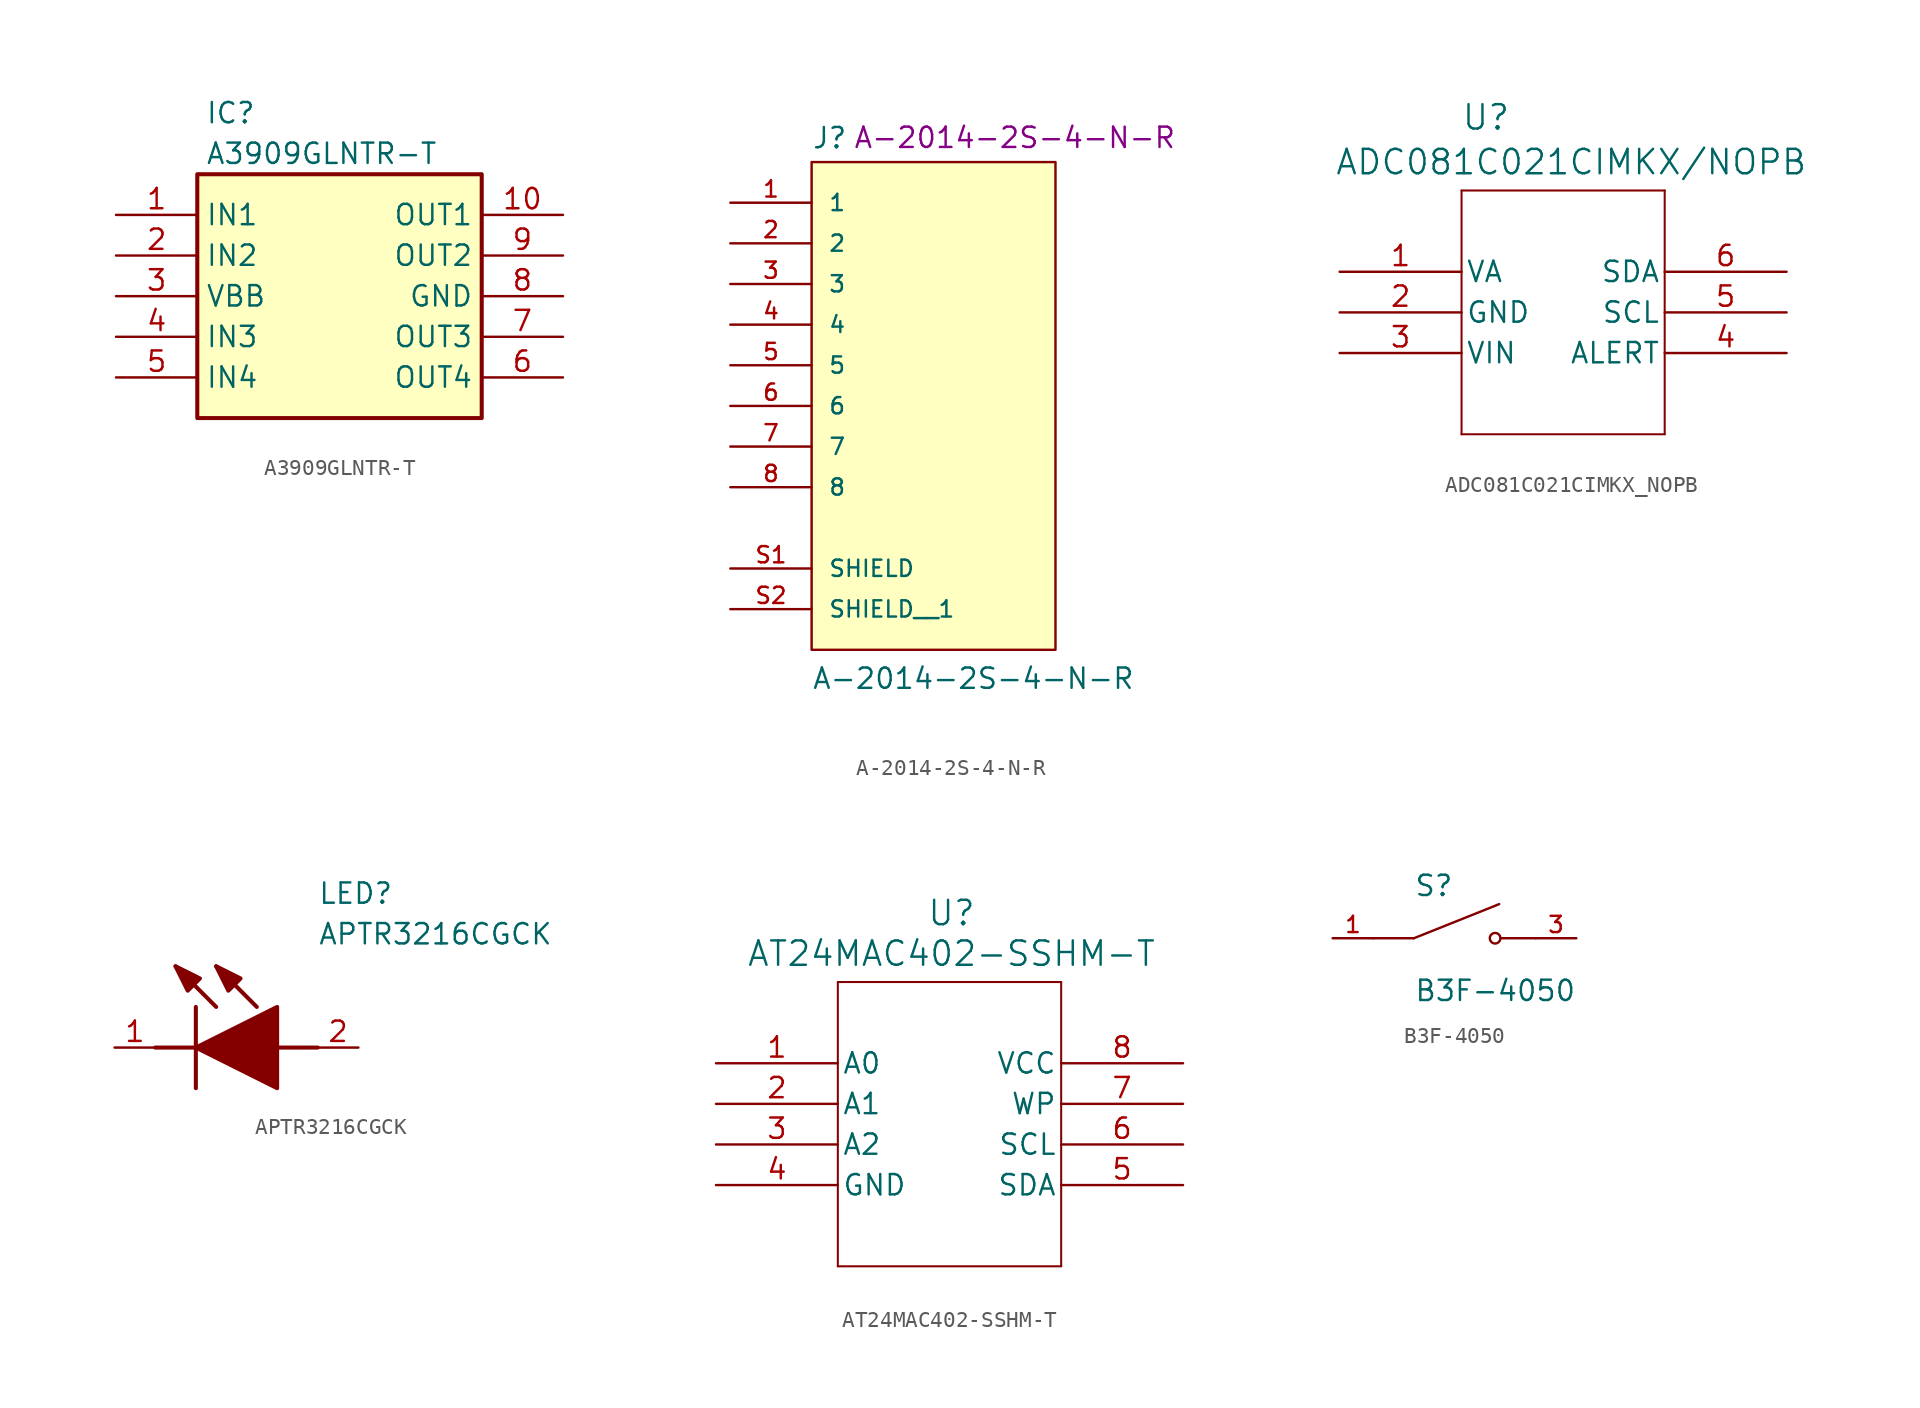
<source format=kicad_sym>
(kicad_symbol_lib
  (version 20241209)
  (generator "kicad_symbol_editor")
  (generator_version "9.0")
  (symbol "A3909GLNTR-T"
    (property "Reference" "IC"
      (at 5.588 7.112 0)
      (effects (font (size 1.27 1.27)) (justify left top)))
    (property "Value" "A3909GLNTR-T"
      (at 5.588 4.572 0)
      (effects (font (size 1.27 1.27)) (justify left top)))
    (symbol "A3909GLNTR-T_1_1"
      (rectangle (start 5.08 2.54) (end 22.86 -12.7) (stroke (width 0.254) (type default)) (fill (type background)))
      (pin passive line (at 0 0 0) (length 5.08) (name "IN1" (effects (font (size 1.27 1.27)))) (number "1" (effects (font (size 1.27 1.27)))))
      (pin passive line (at 0 -2.54 0) (length 5.08) (name "IN2" (effects (font (size 1.27 1.27)))) (number "2" (effects (font (size 1.27 1.27)))))
      (pin passive line (at 0 -5.08 0) (length 5.08) (name "VBB" (effects (font (size 1.27 1.27)))) (number "3" (effects (font (size 1.27 1.27)))))
      (pin passive line (at 0 -7.62 0) (length 5.08) (name "IN3" (effects (font (size 1.27 1.27)))) (number "4" (effects (font (size 1.27 1.27)))))
      (pin passive line (at 0 -10.16 0) (length 5.08) (name "IN4" (effects (font (size 1.27 1.27)))) (number "5" (effects (font (size 1.27 1.27)))))
      (pin passive line (at 27.94 0 180) (length 5.08) (name "OUT1" (effects (font (size 1.27 1.27)))) (number "10" (effects (font (size 1.27 1.27)))))
      (pin passive line (at 27.94 -2.54 180) (length 5.08) (name "OUT2" (effects (font (size 1.27 1.27)))) (number "9" (effects (font (size 1.27 1.27)))))
      (pin passive line (at 27.94 -5.08 180) (length 5.08) (name "GND" (effects (font (size 1.27 1.27)))) (number "8" (effects (font (size 1.27 1.27)))))
      (pin passive line (at 27.94 -7.62 180) (length 5.08) (name "OUT3" (effects (font (size 1.27 1.27)))) (number "7" (effects (font (size 1.27 1.27)))))
      (pin passive line (at 27.94 -10.16 180) (length 5.08) (name "OUT4" (effects (font (size 1.27 1.27)))) (number "6" (effects (font (size 1.27 1.27)))))))
  (symbol "A-2014-2S-4-N-R"
    (pin_names
      (offset 1.016))
    (property "Reference" "J"
      (at -7.62 13.462 0)
      (effects (font (size 1.27 1.27)) (justify left bottom)))
    (property "Value" "A-2014-2S-4-N-R"
      (at -7.62 -20.32 0)
      (effects (font (size 1.27 1.27)) (justify left bottom)))
    (property "ManufacturerPartNumber" "A-2014-2S-4-N-R"
      (at 5.08 14.224 0)
      (effects (font (size 1.27 1.27))))
    (symbol "A-2014-2S-4-N-R_0_0"
      (rectangle (start -7.62 -17.78) (end 7.62 12.7) (stroke (width 0.152) (type default)) (fill (type background)))
      (pin passive line (at -12.7 10.16 0) (length 5.08) (name "1" (effects (font (size 1.016 1.016)))) (number "1" (effects (font (size 1.016 1.016)))))
      (pin passive line (at -12.7 7.62 0) (length 5.08) (name "2" (effects (font (size 1.016 1.016)))) (number "2" (effects (font (size 1.016 1.016)))))
      (pin passive line (at -12.7 5.08 0) (length 5.08) (name "3" (effects (font (size 1.016 1.016)))) (number "3" (effects (font (size 1.016 1.016)))))
      (pin passive line (at -12.7 2.54 0) (length 5.08) (name "4" (effects (font (size 1.016 1.016)))) (number "4" (effects (font (size 1.016 1.016)))))
      (pin passive line (at -12.7 0 0) (length 5.08) (name "5" (effects (font (size 1.016 1.016)))) (number "5" (effects (font (size 1.016 1.016)))))
      (pin passive line (at -12.7 -2.54 0) (length 5.08) (name "6" (effects (font (size 1.016 1.016)))) (number "6" (effects (font (size 1.016 1.016)))))
      (pin passive line (at -12.7 -5.08 0) (length 5.08) (name "7" (effects (font (size 1.016 1.016)))) (number "7" (effects (font (size 1.016 1.016)))))
      (pin passive line (at -12.7 -7.62 0) (length 5.08) (name "8" (effects (font (size 1.016 1.016)))) (number "8" (effects (font (size 1.016 1.016)))))
      (pin passive line (at -12.7 -12.7 0) (length 5.08) (name "SHIELD" (effects (font (size 1.016 1.016)))) (number "S1" (effects (font (size 1.016 1.016)))))
      (pin passive line (at -12.7 -15.24 0) (length 5.08) (name "SHIELD__1" (effects (font (size 1.016 1.016)))) (number "S2" (effects (font (size 1.016 1.016)))))))
  (symbol "ADC081C021CIMKX_NOPB"
    (pin_names
      (offset 0.254))
    (property "Reference" "U"
      (at 9.144 9.652 0)
      (effects (font (size 1.524 1.524))))
    (property "Value" "ADC081C021CIMKX/NOPB"
      (at 14.478 6.858 0)
      (effects (font (size 1.524 1.524))))
    (symbol "ADC081C021CIMKX_NOPB_0_1"
      (polyline (pts (xy 7.62 5.08) (xy 7.62 -10.16)) (stroke (width 0.127) (type default)) (fill (type none)))
      (polyline (pts (xy 7.62 -10.16) (xy 20.32 -10.16)) (stroke (width 0.127) (type default)) (fill (type none)))
      (polyline (pts (xy 20.32 5.08) (xy 7.62 5.08)) (stroke (width 0.127) (type default)) (fill (type none)))
      (polyline (pts (xy 20.32 -10.16) (xy 20.32 5.08)) (stroke (width 0.127) (type default)) (fill (type none)))
      (pin power_in line (at 0 0 0) (length 7.62) (name "VA" (effects (font (size 1.27 1.27)))) (number "1" (effects (font (size 1.27 1.27)))))
      (pin power_in line (at 0 -2.54 0) (length 7.62) (name "GND" (effects (font (size 1.27 1.27)))) (number "2" (effects (font (size 1.27 1.27)))))
      (pin input line (at 0 -5.08 0) (length 7.62) (name "VIN" (effects (font (size 1.27 1.27)))) (number "3" (effects (font (size 1.27 1.27)))))
      (pin bidirectional line (at 27.94 0 180) (length 7.62) (name "SDA" (effects (font (size 1.27 1.27)))) (number "6" (effects (font (size 1.27 1.27)))))
      (pin input line (at 27.94 -2.54 180) (length 7.62) (name "SCL" (effects (font (size 1.27 1.27)))) (number "5" (effects (font (size 1.27 1.27)))))
      (pin unspecified line (at 27.94 -5.08 180) (length 7.62) (name "ALERT" (effects (font (size 1.27 1.27)))) (number "4" (effects (font (size 1.27 1.27)))))))
  (symbol "APTR3216CGCK"
    (pin_names
      (hide yes))
    (property "Reference" "LED"
      (at 12.7 8.89 0)
      (effects (font (size 1.27 1.27)) (justify left bottom)))
    (property "Value" "APTR3216CGCK"
      (at 12.7 6.35 0)
      (effects (font (size 1.27 1.27)) (justify left bottom)))
    (symbol "APTR3216CGCK_1_1"
      (polyline (pts (xy 2.54 0) (xy 5.08 0)) (stroke (width 0.254) (type default)) (fill (type none)))
      (polyline (pts (xy 5.08 2.54) (xy 5.08 -2.54)) (stroke (width 0.254) (type default)) (fill (type none)))
      (polyline (pts (xy 5.08 0) (xy 10.16 2.54) (xy 10.16 -2.54) (xy 5.08 0)) (stroke (width 0.254) (type default)) (fill (type outline)))
      (polyline (pts (xy 5.334 4.318) (xy 4.572 3.556) (xy 3.81 5.08) (xy 5.334 4.318)) (stroke (width 0.254) (type default)) (fill (type outline)))
      (polyline (pts (xy 6.35 2.54) (xy 3.81 5.08)) (stroke (width 0.254) (type default)) (fill (type none)))
      (polyline (pts (xy 7.874 4.318) (xy 7.112 3.556) (xy 6.35 5.08) (xy 7.874 4.318)) (stroke (width 0.254) (type default)) (fill (type outline)))
      (polyline (pts (xy 8.89 2.54) (xy 6.35 5.08)) (stroke (width 0.254) (type default)) (fill (type none)))
      (polyline (pts (xy 10.16 0) (xy 12.7 0)) (stroke (width 0.254) (type default)) (fill (type none)))
      (pin passive line (at 0 0 0) (length 2.54) (name "K" (effects (font (size 1.27 1.27)))) (number "1" (effects (font (size 1.27 1.27)))))
      (pin passive line (at 15.24 0 180) (length 2.54) (name "A" (effects (font (size 1.27 1.27)))) (number "2" (effects (font (size 1.27 1.27)))))))
  (symbol "AT24MAC402-SSHM-T"
    (pin_names
      (offset 0.254))
    (property "Reference" "U"
      (at 14.732 9.398 0)
      (effects (font (size 1.524 1.524))))
    (property "Value" "AT24MAC402-SSHM-T"
      (at 14.732 6.858 0)
      (effects (font (size 1.524 1.524))))
    (symbol "AT24MAC402-SSHM-T_0_1"
      (polyline (pts (xy 7.62 5.08) (xy 7.62 -12.7)) (stroke (width 0.127) (type default)) (fill (type none)))
      (polyline (pts (xy 7.62 -12.7) (xy 21.59 -12.7)) (stroke (width 0.127) (type default)) (fill (type none)))
      (polyline (pts (xy 21.59 5.08) (xy 7.62 5.08)) (stroke (width 0.127) (type default)) (fill (type none)))
      (polyline (pts (xy 21.59 -12.7) (xy 21.59 5.08)) (stroke (width 0.127) (type default)) (fill (type none)))
      (pin input line (at 0 0 0) (length 7.62) (name "A0" (effects (font (size 1.27 1.27)))) (number "1" (effects (font (size 1.27 1.27)))))
      (pin input line (at 0 -2.54 0) (length 7.62) (name "A1" (effects (font (size 1.27 1.27)))) (number "2" (effects (font (size 1.27 1.27)))))
      (pin input line (at 0 -5.08 0) (length 7.62) (name "A2" (effects (font (size 1.27 1.27)))) (number "3" (effects (font (size 1.27 1.27)))))
      (pin power_in line (at 0 -7.62 0) (length 7.62) (name "GND" (effects (font (size 1.27 1.27)))) (number "4" (effects (font (size 1.27 1.27)))))
      (pin power_in line (at 29.21 0 180) (length 7.62) (name "VCC" (effects (font (size 1.27 1.27)))) (number "8" (effects (font (size 1.27 1.27)))))
      (pin unspecified line (at 29.21 -2.54 180) (length 7.62) (name "WP" (effects (font (size 1.27 1.27)))) (number "7" (effects (font (size 1.27 1.27)))))
      (pin input line (at 29.21 -5.08 180) (length 7.62) (name "SCL" (effects (font (size 1.27 1.27)))) (number "6" (effects (font (size 1.27 1.27)))))
      (pin unspecified line (at 29.21 -7.62 180) (length 7.62) (name "SDA" (effects (font (size 1.27 1.27)))) (number "5" (effects (font (size 1.27 1.27)))))))
  (symbol "B3F-4050"
    (pin_names
      (offset 1.016))
    (property "Reference" "S"
      (at -2.54 2.54 0)
      (effects (font (size 1.27 1.27)) (justify left bottom)))
    (property "Value" "B3F-4050"
      (at -2.54 -2.54 0)
      (effects (font (size 1.27 1.27)) (justify left top)))
    (symbol "B3F-4050_0_0"
      (polyline (pts (xy -2.54 0) (xy -5.08 0)) (stroke (width 0.152) (type default)) (fill (type none)))
      (polyline (pts (xy -2.54 0) (xy 2.794 2.134)) (stroke (width 0.152) (type default)) (fill (type none)))
      (circle (center 2.54 0) (radius 0.33) (stroke (width 0.152) (type default)) (fill (type none)))
      (polyline (pts (xy 5.08 0) (xy 2.921 0)) (stroke (width 0.152) (type default)) (fill (type none)))
      (pin passive line (at -7.62 0 0) (length 2.54) (name "~" (effects (font (size 1.016 1.016)))) (number "1" (effects (font (size 1.016 1.016)))))
      (pin passive line (at 7.62 0 180) (length 2.54) (name "~" (effects (font (size 1.016 1.016)))) (number "3" (effects (font (size 1.016 1.016))))))))
</source>
